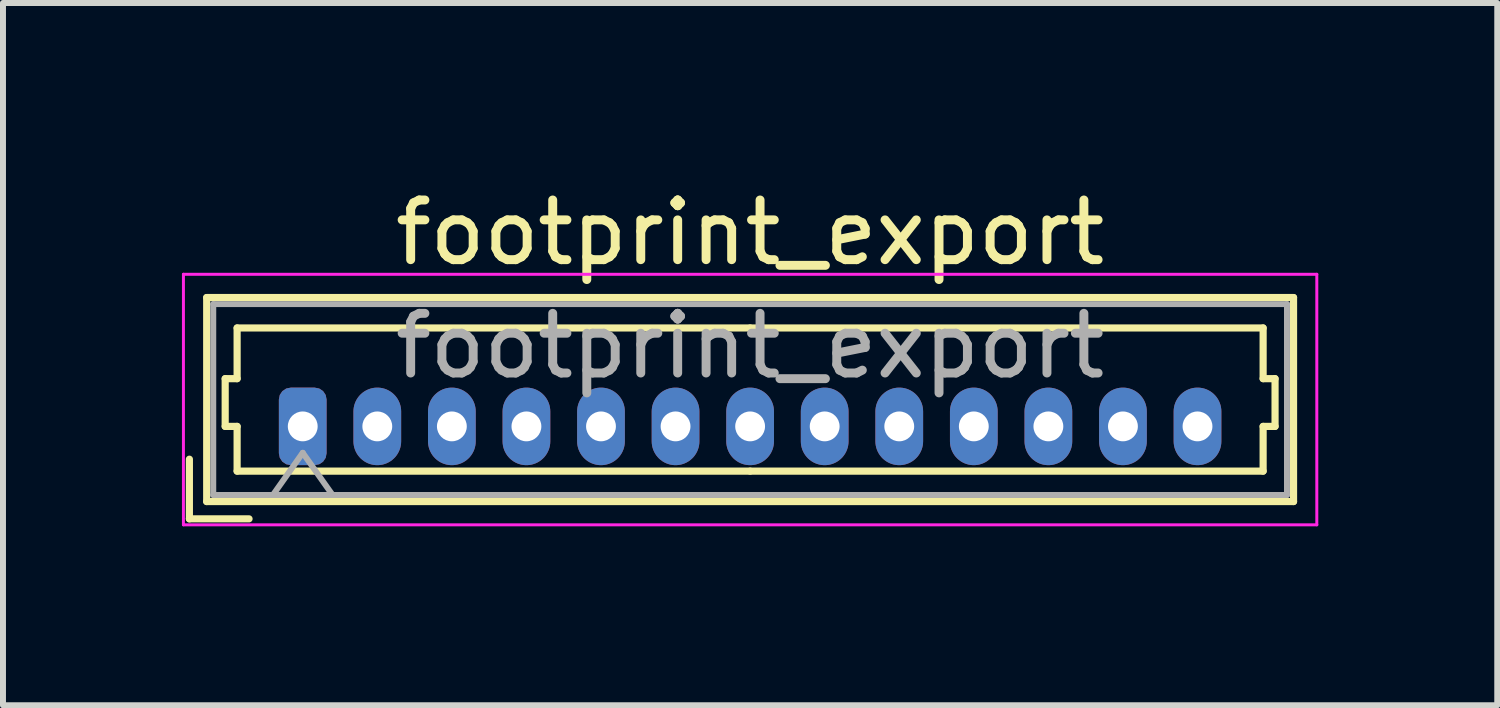
<source format=kicad_pcb>
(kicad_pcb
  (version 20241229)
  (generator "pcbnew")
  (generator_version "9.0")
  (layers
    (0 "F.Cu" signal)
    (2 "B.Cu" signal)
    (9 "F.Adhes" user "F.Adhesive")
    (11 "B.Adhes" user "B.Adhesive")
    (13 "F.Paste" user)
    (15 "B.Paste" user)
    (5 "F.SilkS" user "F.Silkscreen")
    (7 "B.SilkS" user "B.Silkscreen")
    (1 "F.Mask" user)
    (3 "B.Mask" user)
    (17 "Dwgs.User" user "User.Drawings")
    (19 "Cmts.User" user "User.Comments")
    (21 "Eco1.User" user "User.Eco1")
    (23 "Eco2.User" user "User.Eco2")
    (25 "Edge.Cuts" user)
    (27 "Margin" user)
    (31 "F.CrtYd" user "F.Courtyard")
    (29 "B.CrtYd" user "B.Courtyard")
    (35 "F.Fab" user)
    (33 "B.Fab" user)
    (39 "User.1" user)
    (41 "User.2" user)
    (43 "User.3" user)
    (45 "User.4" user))
  (footprint "footprint_export"
    (layer "F.Cu")
    (at 2.025 4.098)
    (property "Reference" "footprint_export" (at 7.5 -3.25 0) (layer "F.SilkS") (effects (font (size 1 1) (thickness 0.15))))
    (attr through_hole)
    (fp_line (start -1.9 1.55) (end -1.9 0.55) (stroke (width 0.12) (type solid)) (layer "F.SilkS"))
    (fp_line (start -1.9 1.55) (end -0.9 1.55) (stroke (width 0.12) (type solid)) (layer "F.SilkS"))
    (fp_line (start -1.61 -2.16) (end -1.61 1.26) (stroke (width 0.12) (type solid)) (layer "F.SilkS"))
    (fp_line (start -1.61 1.26) (end 16.61 1.26) (stroke (width 0.12) (type solid)) (layer "F.SilkS"))
    (fp_line (start -1.3 -0.8) (end -1.1 -0.8) (stroke (width 0.12) (type solid)) (layer "F.SilkS"))
    (fp_line (start -1.3 0) (end -1.3 -0.8) (stroke (width 0.12) (type solid)) (layer "F.SilkS"))
    (fp_line (start -1.1 -1.65) (end 7.5 -1.65) (stroke (width 0.12) (type solid)) (layer "F.SilkS"))
    (fp_line (start -1.1 -0.8) (end -1.1 -1.65) (stroke (width 0.12) (type solid)) (layer "F.SilkS"))
    (fp_line (start -1.1 0) (end -1.3 0) (stroke (width 0.12) (type solid)) (layer "F.SilkS"))
    (fp_line (start -1.1 0.75) (end -1.1 0) (stroke (width 0.12) (type solid)) (layer "F.SilkS"))
    (fp_line (start 7.5 0.75) (end -1.1 0.75) (stroke (width 0.12) (type solid)) (layer "F.SilkS"))
    (fp_line (start 7.5 0.75) (end 16.1 0.75) (stroke (width 0.12) (type solid)) (layer "F.SilkS"))
    (fp_line (start 16.1 -1.65) (end 7.5 -1.65) (stroke (width 0.12) (type solid)) (layer "F.SilkS"))
    (fp_line (start 16.1 -0.8) (end 16.1 -1.65) (stroke (width 0.12) (type solid)) (layer "F.SilkS"))
    (fp_line (start 16.1 0) (end 16.3 0) (stroke (width 0.12) (type solid)) (layer "F.SilkS"))
    (fp_line (start 16.1 0.75) (end 16.1 0) (stroke (width 0.12) (type solid)) (layer "F.SilkS"))
    (fp_line (start 16.3 -0.8) (end 16.1 -0.8) (stroke (width 0.12) (type solid)) (layer "F.SilkS"))
    (fp_line (start 16.3 0) (end 16.3 -0.8) (stroke (width 0.12) (type solid)) (layer "F.SilkS"))
    (fp_line (start 16.61 -2.16) (end -1.61 -2.16) (stroke (width 0.12) (type solid)) (layer "F.SilkS"))
    (fp_line (start 16.61 1.26) (end 16.61 -2.16) (stroke (width 0.12) (type solid)) (layer "F.SilkS"))
    (fp_line (start -2 -2.55) (end -2 1.65) (stroke (width 0.05) (type solid)) (layer "F.CrtYd"))
    (fp_line (start -2 1.65) (end 17 1.65) (stroke (width 0.05) (type solid)) (layer "F.CrtYd"))
    (fp_line (start 17 -2.55) (end -2 -2.55) (stroke (width 0.05) (type solid)) (layer "F.CrtYd"))
    (fp_line (start 17 1.65) (end 17 -2.55) (stroke (width 0.05) (type solid)) (layer "F.CrtYd"))
    (fp_line (start -1.5 -2.05) (end -1.5 1.15) (stroke (width 0.1) (type solid)) (layer "F.Fab"))
    (fp_line (start -1.5 1.15) (end 16.5 1.15) (stroke (width 0.1) (type solid)) (layer "F.Fab"))
    (fp_line (start -0.5 1.15) (end 0 0.443) (stroke (width 0.1) (type solid)) (layer "F.Fab"))
    (fp_line (start 0 0.443) (end 0.5 1.15) (stroke (width 0.1) (type solid)) (layer "F.Fab"))
    (fp_line (start 16.5 -2.05) (end -1.5 -2.05) (stroke (width 0.1) (type solid)) (layer "F.Fab"))
    (fp_line (start 16.5 1.15) (end 16.5 -2.05) (stroke (width 0.1) (type solid)) (layer "F.Fab"))
    (fp_text user "${REFERENCE}" (at 7.5 -1.35 0) (layer "F.Fab") (effects (font (size 1 1) (thickness 0.15))))
    (pad "1" thru_hole roundrect (at 0 0) (size 0.8 1.3) (drill 0.5) (layers "*.Cu" "*.Mask") (roundrect_rratio 0.25))
    (pad "2" thru_hole oval (at 1.25 0) (size 0.8 1.3) (drill 0.5) (layers "*.Cu" "*.Mask"))
    (pad "3" thru_hole oval (at 2.5 0) (size 0.8 1.3) (drill 0.5) (layers "*.Cu" "*.Mask"))
    (pad "4" thru_hole oval (at 3.75 0) (size 0.8 1.3) (drill 0.5) (layers "*.Cu" "*.Mask"))
    (pad "5" thru_hole oval (at 5 0) (size 0.8 1.3) (drill 0.5) (layers "*.Cu" "*.Mask"))
    (pad "6" thru_hole oval (at 6.25 0) (size 0.8 1.3) (drill 0.5) (layers "*.Cu" "*.Mask"))
    (pad "7" thru_hole oval (at 7.5 0) (size 0.8 1.3) (drill 0.5) (layers "*.Cu" "*.Mask"))
    (pad "8" thru_hole oval (at 8.75 0) (size 0.8 1.3) (drill 0.5) (layers "*.Cu" "*.Mask"))
    (pad "9" thru_hole oval (at 10 0) (size 0.8 1.3) (drill 0.5) (layers "*.Cu" "*.Mask"))
    (pad "10" thru_hole oval (at 11.25 0) (size 0.8 1.3) (drill 0.5) (layers "*.Cu" "*.Mask"))
    (pad "11" thru_hole oval (at 12.5 0) (size 0.8 1.3) (drill 0.5) (layers "*.Cu" "*.Mask"))
    (pad "12" thru_hole oval (at 13.75 0) (size 0.8 1.3) (drill 0.5) (layers "*.Cu" "*.Mask"))
    (pad "13" thru_hole oval (at 15 0) (size 0.8 1.3) (drill 0.5) (layers "*.Cu" "*.Mask")))
  (gr_rect
    (start -3 -3)
    (end 22.05 8.773)
    (stroke (width 0.1) (type default))
    (fill no)
    (layer "Edge.Cuts")))
</source>
